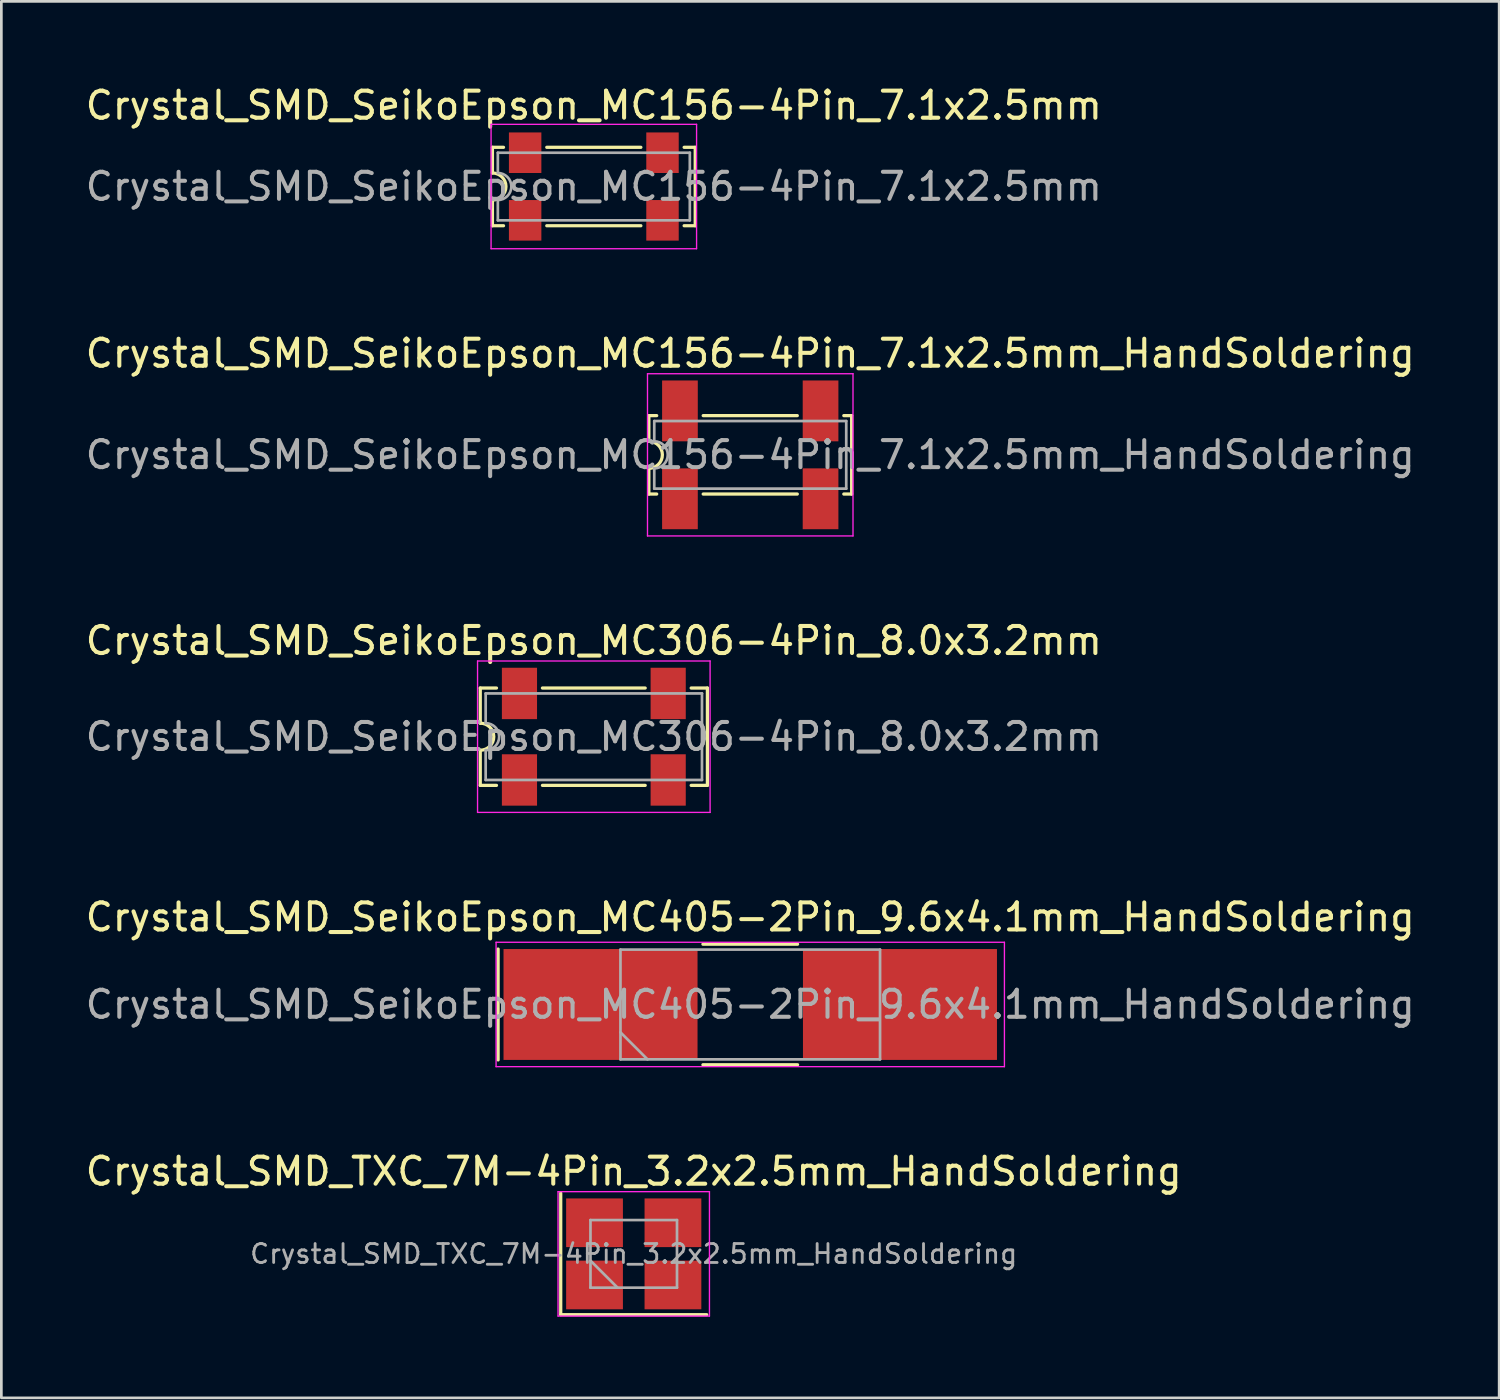
<source format=kicad_pcb>
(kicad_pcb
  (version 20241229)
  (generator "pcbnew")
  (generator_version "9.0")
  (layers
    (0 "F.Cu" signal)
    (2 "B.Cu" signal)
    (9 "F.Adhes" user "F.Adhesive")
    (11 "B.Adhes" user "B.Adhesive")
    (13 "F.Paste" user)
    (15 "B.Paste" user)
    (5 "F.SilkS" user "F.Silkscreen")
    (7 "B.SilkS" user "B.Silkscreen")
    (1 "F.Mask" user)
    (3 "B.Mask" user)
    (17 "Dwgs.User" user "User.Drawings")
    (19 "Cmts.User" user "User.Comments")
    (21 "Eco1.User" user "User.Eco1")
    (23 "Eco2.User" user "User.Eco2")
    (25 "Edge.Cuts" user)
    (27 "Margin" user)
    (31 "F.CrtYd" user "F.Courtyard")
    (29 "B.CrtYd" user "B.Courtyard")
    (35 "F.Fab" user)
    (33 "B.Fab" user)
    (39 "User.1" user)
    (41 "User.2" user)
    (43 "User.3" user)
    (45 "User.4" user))
  (footprint "Crystal_SMD_SeikoEpson_MC156-4Pin_7.1x2.5mm_HandSoldering"
    (layer "F.Cu")
    (at 24.696 13.771)
    (property "Reference" "Crystal_SMD_SeikoEpson_MC156-4Pin_7.1x2.5mm_HandSoldering" (at 0 -3.75 0) (layer "F.SilkS") (effects (font (size 1 1) (thickness 0.15))))
    (attr smd)
    (fp_line (start -3.75 -1.45) (end -3.46 -1.45) (stroke (width 0.12) (type solid)) (layer "F.SilkS"))
    (fp_line (start -3.75 -0.5) (end -3.75 -1.45) (stroke (width 0.12) (type solid)) (layer "F.SilkS"))
    (fp_line (start -3.75 1.45) (end -3.75 0.5) (stroke (width 0.12) (type solid)) (layer "F.SilkS"))
    (fp_line (start -3.75 1.45) (end -3.46 1.45) (stroke (width 0.12) (type solid)) (layer "F.SilkS"))
    (fp_line (start -1.74 -1.45) (end 1.74 -1.45) (stroke (width 0.12) (type solid)) (layer "F.SilkS"))
    (fp_line (start 1.74 1.45) (end -1.74 1.45) (stroke (width 0.12) (type solid)) (layer "F.SilkS"))
    (fp_line (start 3.46 -1.45) (end 3.75 -1.45) (stroke (width 0.12) (type solid)) (layer "F.SilkS"))
    (fp_line (start 3.75 -1.45) (end 3.75 1.45) (stroke (width 0.12) (type solid)) (layer "F.SilkS"))
    (fp_line (start 3.75 1.45) (end 3.46 1.45) (stroke (width 0.12) (type solid)) (layer "F.SilkS"))
    (fp_arc (start -3.75 -0.5) (mid -3.25 0) (end -3.75 0.5) (stroke (width 0.12) (type solid)) (layer "F.SilkS"))
    (fp_line (start -3.8 -3) (end -3.8 3) (stroke (width 0.05) (type solid)) (layer "F.CrtYd"))
    (fp_line (start -3.8 3) (end 3.8 3) (stroke (width 0.05) (type solid)) (layer "F.CrtYd"))
    (fp_line (start 3.8 -3) (end -3.8 -3) (stroke (width 0.05) (type solid)) (layer "F.CrtYd"))
    (fp_line (start 3.8 3) (end 3.8 -3) (stroke (width 0.05) (type solid)) (layer "F.CrtYd"))
    (fp_line (start -3.55 -1.25) (end 3.55 -1.25) (stroke (width 0.1) (type solid)) (layer "F.Fab"))
    (fp_line (start -3.55 -0.5) (end -3.55 -1.25) (stroke (width 0.1) (type solid)) (layer "F.Fab"))
    (fp_line (start -3.55 1.25) (end -3.55 0.5) (stroke (width 0.1) (type solid)) (layer "F.Fab"))
    (fp_line (start 3.55 -1.25) (end 3.55 1.25) (stroke (width 0.1) (type solid)) (layer "F.Fab"))
    (fp_line (start 3.55 1.25) (end -3.55 1.25) (stroke (width 0.1) (type solid)) (layer "F.Fab"))
    (fp_arc (start -3.55 -0.5) (mid -3.05 0) (end -3.55 0.5) (stroke (width 0.1) (type solid)) (layer "F.Fab"))
    (fp_text user "${REFERENCE}" (at 0 0 0) (layer "F.Fab") (effects (font (size 1 1) (thickness 0.15))))
    (pad "1" smd rect (at -2.6 1.625) (size 1.32 2.25) (layers "F.Cu" "F.Mask" "F.Paste"))
    (pad "2" smd rect (at 2.6 1.625) (size 1.32 2.25) (layers "F.Cu" "F.Mask" "F.Paste"))
    (pad "3" smd rect (at 2.6 -1.625) (size 1.32 2.25) (layers "F.Cu" "F.Mask" "F.Paste"))
    (pad "4" smd rect (at -2.6 -1.625) (size 1.32 2.25) (layers "F.Cu" "F.Mask" "F.Paste")))
  (footprint "Crystal_SMD_TXC_7M-4Pin_3.2x2.5mm_HandSoldering"
    (layer "F.Cu")
    (at 20.387 43.321)
    (property "Reference" "Crystal_SMD_TXC_7M-4Pin_3.2x2.5mm_HandSoldering" (at 0 -3.05 0) (layer "F.SilkS") (effects (font (size 1 1) (thickness 0.15))))
    (attr smd)
    (fp_line (start -2.7 -2.25) (end -2.7 2.25) (stroke (width 0.12) (type solid)) (layer "F.SilkS"))
    (fp_line (start -2.7 2.25) (end 2.7 2.25) (stroke (width 0.12) (type solid)) (layer "F.SilkS"))
    (fp_line (start -2.8 -2.3) (end -2.8 2.3) (stroke (width 0.05) (type solid)) (layer "F.CrtYd"))
    (fp_line (start -2.8 2.3) (end 2.8 2.3) (stroke (width 0.05) (type solid)) (layer "F.CrtYd"))
    (fp_line (start 2.8 -2.3) (end -2.8 -2.3) (stroke (width 0.05) (type solid)) (layer "F.CrtYd"))
    (fp_line (start 2.8 2.3) (end 2.8 -2.3) (stroke (width 0.05) (type solid)) (layer "F.CrtYd"))
    (fp_line (start -1.6 -1.25) (end -1.6 1.25) (stroke (width 0.1) (type solid)) (layer "F.Fab"))
    (fp_line (start -1.6 0.25) (end -0.6 1.25) (stroke (width 0.1) (type solid)) (layer "F.Fab"))
    (fp_line (start -1.6 1.25) (end 1.6 1.25) (stroke (width 0.1) (type solid)) (layer "F.Fab"))
    (fp_line (start 1.6 -1.25) (end -1.6 -1.25) (stroke (width 0.1) (type solid)) (layer "F.Fab"))
    (fp_line (start 1.6 1.25) (end 1.6 -1.25) (stroke (width 0.1) (type solid)) (layer "F.Fab"))
    (fp_text user "${REFERENCE}" (at 0 0 0) (layer "F.Fab") (effects (font (size 0.7 0.7) (thickness 0.105))))
    (pad "1" smd rect (at -1.45 1.15) (size 2.1 1.8) (layers "F.Cu" "F.Mask" "F.Paste"))
    (pad "2" smd rect (at 1.45 1.15) (size 2.1 1.8) (layers "F.Cu" "F.Mask" "F.Paste"))
    (pad "3" smd rect (at 1.45 -1.15) (size 2.1 1.8) (layers "F.Cu" "F.Mask" "F.Paste"))
    (pad "4" smd rect (at -1.45 -1.15) (size 2.1 1.8) (layers "F.Cu" "F.Mask" "F.Paste")))
  (footprint "Crystal_SMD_SeikoEpson_MC156-4Pin_7.1x2.5mm"
    (layer "F.Cu")
    (at 18.911 3.848)
    (property "Reference" "Crystal_SMD_SeikoEpson_MC156-4Pin_7.1x2.5mm" (at 0 -3 0) (layer "F.SilkS") (effects (font (size 1 1) (thickness 0.15))))
    (attr smd)
    (fp_line (start -3.75 -1.45) (end -3.34 -1.45) (stroke (width 0.12) (type solid)) (layer "F.SilkS"))
    (fp_line (start -3.75 -0.5) (end -3.75 -1.45) (stroke (width 0.12) (type solid)) (layer "F.SilkS"))
    (fp_line (start -3.75 1.45) (end -3.75 0.5) (stroke (width 0.12) (type solid)) (layer "F.SilkS"))
    (fp_line (start -3.75 1.45) (end -3.34 1.45) (stroke (width 0.12) (type solid)) (layer "F.SilkS"))
    (fp_line (start -1.74 -1.45) (end 1.74 -1.45) (stroke (width 0.12) (type solid)) (layer "F.SilkS"))
    (fp_line (start 1.74 1.45) (end -1.74 1.45) (stroke (width 0.12) (type solid)) (layer "F.SilkS"))
    (fp_line (start 3.34 -1.45) (end 3.75 -1.45) (stroke (width 0.12) (type solid)) (layer "F.SilkS"))
    (fp_line (start 3.75 -1.45) (end 3.75 1.45) (stroke (width 0.12) (type solid)) (layer "F.SilkS"))
    (fp_line (start 3.75 1.45) (end 3.34 1.45) (stroke (width 0.12) (type solid)) (layer "F.SilkS"))
    (fp_arc (start -3.75 -0.5) (mid -3.25 0) (end -3.75 0.5) (stroke (width 0.12) (type solid)) (layer "F.SilkS"))
    (fp_line (start -3.8 -2.3) (end -3.8 2.3) (stroke (width 0.05) (type solid)) (layer "F.CrtYd"))
    (fp_line (start -3.8 2.3) (end 3.8 2.3) (stroke (width 0.05) (type solid)) (layer "F.CrtYd"))
    (fp_line (start 3.8 -2.3) (end -3.8 -2.3) (stroke (width 0.05) (type solid)) (layer "F.CrtYd"))
    (fp_line (start 3.8 2.3) (end 3.8 -2.3) (stroke (width 0.05) (type solid)) (layer "F.CrtYd"))
    (fp_line (start -3.55 -1.25) (end 3.55 -1.25) (stroke (width 0.1) (type solid)) (layer "F.Fab"))
    (fp_line (start -3.55 -0.5) (end -3.55 -1.25) (stroke (width 0.1) (type solid)) (layer "F.Fab"))
    (fp_line (start -3.55 1.25) (end -3.55 0.5) (stroke (width 0.1) (type solid)) (layer "F.Fab"))
    (fp_line (start 3.55 -1.25) (end 3.55 1.25) (stroke (width 0.1) (type solid)) (layer "F.Fab"))
    (fp_line (start 3.55 1.25) (end -3.55 1.25) (stroke (width 0.1) (type solid)) (layer "F.Fab"))
    (fp_arc (start -3.55 -0.5) (mid -3.05 0) (end -3.55 0.5) (stroke (width 0.1) (type solid)) (layer "F.Fab"))
    (fp_text user "${REFERENCE}" (at 0 0 0) (layer "F.Fab") (effects (font (size 1 1) (thickness 0.15))))
    (pad "1" smd rect (at -2.54 1.25) (size 1.2 1.5) (layers "F.Cu" "F.Mask" "F.Paste"))
    (pad "2" smd rect (at 2.54 1.25) (size 1.2 1.5) (layers "F.Cu" "F.Mask" "F.Paste"))
    (pad "3" smd rect (at 2.54 -1.25) (size 1.2 1.5) (layers "F.Cu" "F.Mask" "F.Paste"))
    (pad "4" smd rect (at -2.54 -1.25) (size 1.2 1.5) (layers "F.Cu" "F.Mask" "F.Paste")))
  (footprint "Crystal_SMD_SeikoEpson_MC306-4Pin_8.0x3.2mm"
    (layer "F.Cu")
    (at 18.911 24.195)
    (property "Reference" "Crystal_SMD_SeikoEpson_MC306-4Pin_8.0x3.2mm" (at 0 -3.55 0) (layer "F.SilkS") (effects (font (size 1 1) (thickness 0.15))))
    (attr smd)
    (fp_line (start -4.2 -1.8) (end -3.6 -1.8) (stroke (width 0.12) (type solid)) (layer "F.SilkS"))
    (fp_line (start -4.2 -0.5) (end -4.2 -1.8) (stroke (width 0.12) (type solid)) (layer "F.SilkS"))
    (fp_line (start -4.2 1.8) (end -4.2 0.5) (stroke (width 0.12) (type solid)) (layer "F.SilkS"))
    (fp_line (start -4.2 1.8) (end -3.6 1.8) (stroke (width 0.12) (type solid)) (layer "F.SilkS"))
    (fp_line (start -1.9 -1.8) (end 1.9 -1.8) (stroke (width 0.12) (type solid)) (layer "F.SilkS"))
    (fp_line (start 1.9 1.8) (end -1.9 1.8) (stroke (width 0.12) (type solid)) (layer "F.SilkS"))
    (fp_line (start 3.6 -1.8) (end 4.2 -1.8) (stroke (width 0.12) (type solid)) (layer "F.SilkS"))
    (fp_line (start 4.2 -1.8) (end 4.2 1.8) (stroke (width 0.12) (type solid)) (layer "F.SilkS"))
    (fp_line (start 4.2 1.8) (end 3.6 1.8) (stroke (width 0.12) (type solid)) (layer "F.SilkS"))
    (fp_arc (start -4.2 -0.5) (mid -3.7 0) (end -4.2 0.5) (stroke (width 0.12) (type solid)) (layer "F.SilkS"))
    (fp_line (start -4.3 -2.8) (end -4.3 2.8) (stroke (width 0.05) (type solid)) (layer "F.CrtYd"))
    (fp_line (start -4.3 2.8) (end 4.3 2.8) (stroke (width 0.05) (type solid)) (layer "F.CrtYd"))
    (fp_line (start 4.3 -2.8) (end -4.3 -2.8) (stroke (width 0.05) (type solid)) (layer "F.CrtYd"))
    (fp_line (start 4.3 2.8) (end 4.3 -2.8) (stroke (width 0.05) (type solid)) (layer "F.CrtYd"))
    (fp_line (start -4 -1.6) (end 4 -1.6) (stroke (width 0.1) (type solid)) (layer "F.Fab"))
    (fp_line (start -4 -0.5) (end -4 -1.6) (stroke (width 0.1) (type solid)) (layer "F.Fab"))
    (fp_line (start -4 1.6) (end -4 0.5) (stroke (width 0.1) (type solid)) (layer "F.Fab"))
    (fp_line (start 4 -1.6) (end 4 1.6) (stroke (width 0.1) (type solid)) (layer "F.Fab"))
    (fp_line (start 4 1.6) (end -4 1.6) (stroke (width 0.1) (type solid)) (layer "F.Fab"))
    (fp_arc (start -4 -0.5) (mid -3.5 0) (end -4 0.5) (stroke (width 0.1) (type solid)) (layer "F.Fab"))
    (fp_text user "${REFERENCE}" (at 0 0 0) (layer "F.Fab") (effects (font (size 1 1) (thickness 0.15))))
    (pad "1" smd rect (at -2.75 1.6) (size 1.3 1.9) (layers "F.Cu" "F.Mask" "F.Paste"))
    (pad "2" smd rect (at 2.75 1.6) (size 1.3 1.9) (layers "F.Cu" "F.Mask" "F.Paste"))
    (pad "3" smd rect (at 2.75 -1.6) (size 1.3 1.9) (layers "F.Cu" "F.Mask" "F.Paste"))
    (pad "4" smd rect (at -2.75 -1.6) (size 1.3 1.9) (layers "F.Cu" "F.Mask" "F.Paste")))
  (footprint "Crystal_SMD_SeikoEpson_MC405-2Pin_9.6x4.1mm_HandSoldering"
    (layer "F.Cu")
    (at 24.696 34.098)
    (property "Reference" "Crystal_SMD_SeikoEpson_MC405-2Pin_9.6x4.1mm_HandSoldering" (at 0 -3.23 0) (layer "F.SilkS") (effects (font (size 1 1) (thickness 0.15))))
    (attr smd)
    (fp_line (start -9.325 -2.05) (end -9.325 2.05) (stroke (width 0.12) (type solid)) (layer "F.SilkS"))
    (fp_line (start -1.75 -2.23) (end 1.75 -2.23) (stroke (width 0.12) (type solid)) (layer "F.SilkS"))
    (fp_line (start -1.75 2.23) (end 1.75 2.23) (stroke (width 0.12) (type solid)) (layer "F.SilkS"))
    (fp_line (start -9.4 -2.3) (end -9.4 2.3) (stroke (width 0.05) (type solid)) (layer "F.CrtYd"))
    (fp_line (start -9.4 2.3) (end 9.4 2.3) (stroke (width 0.05) (type solid)) (layer "F.CrtYd"))
    (fp_line (start 9.4 -2.3) (end -9.4 -2.3) (stroke (width 0.05) (type solid)) (layer "F.CrtYd"))
    (fp_line (start 9.4 2.3) (end 9.4 -2.3) (stroke (width 0.05) (type solid)) (layer "F.CrtYd"))
    (fp_line (start -4.8 -2.03) (end -4.8 2.03) (stroke (width 0.1) (type solid)) (layer "F.Fab"))
    (fp_line (start -4.8 1.03) (end -3.8 2.03) (stroke (width 0.1) (type solid)) (layer "F.Fab"))
    (fp_line (start -4.8 2.03) (end 4.8 2.03) (stroke (width 0.1) (type solid)) (layer "F.Fab"))
    (fp_line (start 4.8 -2.03) (end -4.8 -2.03) (stroke (width 0.1) (type solid)) (layer "F.Fab"))
    (fp_line (start 4.8 2.03) (end 4.8 -2.03) (stroke (width 0.1) (type solid)) (layer "F.Fab"))
    (fp_text user "${REFERENCE}" (at 0 0 0) (layer "F.Fab") (effects (font (size 1 1) (thickness 0.15))))
    (pad "1" smd rect (at -5.537 0) (size 7.175 4.1) (layers "F.Cu" "F.Mask" "F.Paste"))
    (pad "2" smd rect (at 5.537 0) (size 7.175 4.1) (layers "F.Cu" "F.Mask" "F.Paste")))
  (gr_rect
    (start -3 -3)
    (end 52.393 48.646)
    (stroke (width 0.1) (type default))
    (fill no)
    (layer "Edge.Cuts")))
</source>
